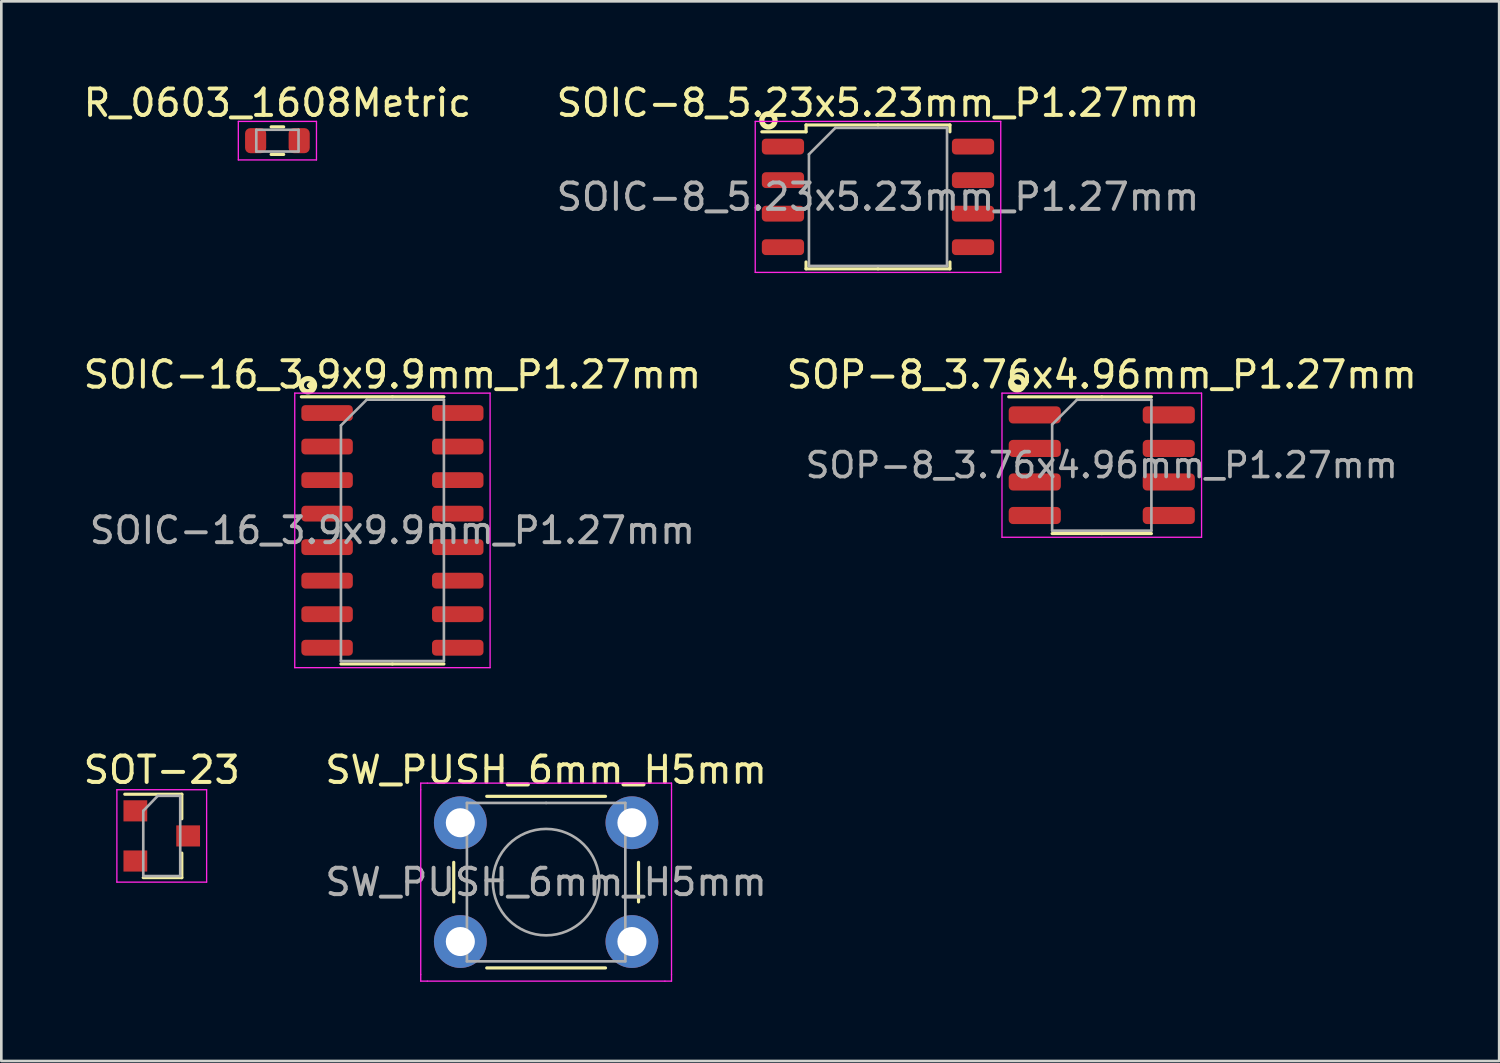
<source format=kicad_pcb>
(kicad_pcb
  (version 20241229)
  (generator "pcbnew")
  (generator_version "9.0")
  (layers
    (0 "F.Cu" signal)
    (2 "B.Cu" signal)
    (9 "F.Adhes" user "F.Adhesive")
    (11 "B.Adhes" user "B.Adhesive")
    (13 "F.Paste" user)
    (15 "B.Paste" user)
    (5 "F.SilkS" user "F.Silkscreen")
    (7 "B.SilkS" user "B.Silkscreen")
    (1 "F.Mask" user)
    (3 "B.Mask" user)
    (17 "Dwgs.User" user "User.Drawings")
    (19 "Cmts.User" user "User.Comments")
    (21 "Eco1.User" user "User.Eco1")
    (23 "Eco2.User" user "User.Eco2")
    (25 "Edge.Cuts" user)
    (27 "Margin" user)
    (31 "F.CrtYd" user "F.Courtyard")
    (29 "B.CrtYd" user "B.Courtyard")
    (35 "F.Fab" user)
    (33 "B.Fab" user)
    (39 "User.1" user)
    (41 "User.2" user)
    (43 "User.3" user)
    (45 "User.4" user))
  (footprint "SOP-8_3.76x4.96mm_P1.27mm"
    (layer "F.Cu")
    (at 38.685 14.572)
    (property "Reference" "SOP-8_3.76x4.96mm_P1.27mm" (at 0 -3.43 0) (layer "F.SilkS") (effects (font (size 1 1) (thickness 0.15))))
    (attr smd)
    (fp_line (start 0 -2.59) (end -3.525 -2.59) (stroke (width 0.12) (type solid)) (layer "F.SilkS"))
    (fp_line (start 0 -2.59) (end 1.88 -2.59) (stroke (width 0.12) (type solid)) (layer "F.SilkS"))
    (fp_line (start 0 2.59) (end -1.88 2.59) (stroke (width 0.12) (type solid)) (layer "F.SilkS"))
    (fp_line (start 0 2.59) (end 1.88 2.59) (stroke (width 0.12) (type solid)) (layer "F.SilkS"))
    (fp_circle (center -3.2 -3.1) (end -2.95 -3.1) (stroke (width 0.2) (type solid)) (fill no) (layer "F.SilkS"))
    (fp_line (start -3.78 -2.73) (end -3.78 2.73) (stroke (width 0.05) (type solid)) (layer "F.CrtYd"))
    (fp_line (start -3.78 2.73) (end 3.78 2.73) (stroke (width 0.05) (type solid)) (layer "F.CrtYd"))
    (fp_line (start 3.78 -2.73) (end -3.78 -2.73) (stroke (width 0.05) (type solid)) (layer "F.CrtYd"))
    (fp_line (start 3.78 2.73) (end 3.78 -2.73) (stroke (width 0.05) (type solid)) (layer "F.CrtYd"))
    (fp_line (start -1.88 -1.54) (end -0.94 -2.48) (stroke (width 0.1) (type solid)) (layer "F.Fab"))
    (fp_line (start -1.88 2.48) (end -1.88 -1.54) (stroke (width 0.1) (type solid)) (layer "F.Fab"))
    (fp_line (start -0.94 -2.48) (end 1.88 -2.48) (stroke (width 0.1) (type solid)) (layer "F.Fab"))
    (fp_line (start 1.88 -2.48) (end 1.88 2.48) (stroke (width 0.1) (type solid)) (layer "F.Fab"))
    (fp_line (start 1.88 2.48) (end -1.88 2.48) (stroke (width 0.1) (type solid)) (layer "F.Fab"))
    (fp_text user "${REFERENCE}" (at 0 0 0) (layer "F.Fab") (effects (font (size 0.94 0.94) (thickness 0.14))))
    (pad "1" smd roundrect (at -2.538 -1.905) (size 1.975 0.65) (layers "F.Cu" "F.Mask" "F.Paste") (roundrect_rratio 0.25))
    (pad "2" smd roundrect (at -2.538 -0.635) (size 1.975 0.65) (layers "F.Cu" "F.Mask" "F.Paste") (roundrect_rratio 0.25))
    (pad "3" smd roundrect (at -2.538 0.635) (size 1.975 0.65) (layers "F.Cu" "F.Mask" "F.Paste") (roundrect_rratio 0.25))
    (pad "4" smd roundrect (at -2.538 1.905) (size 1.975 0.65) (layers "F.Cu" "F.Mask" "F.Paste") (roundrect_rratio 0.25))
    (pad "5" smd roundrect (at 2.538 1.905) (size 1.975 0.65) (layers "F.Cu" "F.Mask" "F.Paste") (roundrect_rratio 0.25))
    (pad "6" smd roundrect (at 2.538 0.635) (size 1.975 0.65) (layers "F.Cu" "F.Mask" "F.Paste") (roundrect_rratio 0.25))
    (pad "7" smd roundrect (at 2.538 -0.635) (size 1.975 0.65) (layers "F.Cu" "F.Mask" "F.Paste") (roundrect_rratio 0.25))
    (pad "8" smd roundrect (at 2.538 -1.905) (size 1.975 0.65) (layers "F.Cu" "F.Mask" "F.Paste") (roundrect_rratio 0.25)))
  (footprint "SOIC-8_5.23x5.23mm_P1.27mm"
    (layer "F.Cu")
    (at 30.208 4.408)
    (property "Reference" "SOIC-8_5.23x5.23mm_P1.27mm" (at 0 -3.56 0) (layer "F.SilkS") (effects (font (size 1 1) (thickness 0.15))))
    (attr smd)
    (fp_line (start -2.725 -2.725) (end -2.725 -2.465) (stroke (width 0.12) (type solid)) (layer "F.SilkS"))
    (fp_line (start -2.725 -2.465) (end -4.4 -2.465) (stroke (width 0.12) (type solid)) (layer "F.SilkS"))
    (fp_line (start -2.725 2.725) (end -2.725 2.465) (stroke (width 0.12) (type solid)) (layer "F.SilkS"))
    (fp_line (start 0 -2.725) (end -2.725 -2.725) (stroke (width 0.12) (type solid)) (layer "F.SilkS"))
    (fp_line (start 0 -2.725) (end 2.725 -2.725) (stroke (width 0.12) (type solid)) (layer "F.SilkS"))
    (fp_line (start 0 2.725) (end -2.725 2.725) (stroke (width 0.12) (type solid)) (layer "F.SilkS"))
    (fp_line (start 0 2.725) (end 2.725 2.725) (stroke (width 0.12) (type solid)) (layer "F.SilkS"))
    (fp_line (start 2.725 -2.725) (end 2.725 -2.465) (stroke (width 0.12) (type solid)) (layer "F.SilkS"))
    (fp_line (start 2.725 2.725) (end 2.725 2.465) (stroke (width 0.12) (type solid)) (layer "F.SilkS"))
    (fp_circle (center -4.15 -2.9) (end -3.9 -2.9) (stroke (width 0.2) (type solid)) (fill no) (layer "F.SilkS"))
    (fp_line (start -4.65 -2.86) (end -4.65 2.86) (stroke (width 0.05) (type solid)) (layer "F.CrtYd"))
    (fp_line (start -4.65 2.86) (end 4.65 2.86) (stroke (width 0.05) (type solid)) (layer "F.CrtYd"))
    (fp_line (start 4.65 -2.86) (end -4.65 -2.86) (stroke (width 0.05) (type solid)) (layer "F.CrtYd"))
    (fp_line (start 4.65 2.86) (end 4.65 -2.86) (stroke (width 0.05) (type solid)) (layer "F.CrtYd"))
    (fp_line (start -2.615 -1.615) (end -1.615 -2.615) (stroke (width 0.1) (type solid)) (layer "F.Fab"))
    (fp_line (start -2.615 2.615) (end -2.615 -1.615) (stroke (width 0.1) (type solid)) (layer "F.Fab"))
    (fp_line (start -1.615 -2.615) (end 2.615 -2.615) (stroke (width 0.1) (type solid)) (layer "F.Fab"))
    (fp_line (start 2.615 -2.615) (end 2.615 2.615) (stroke (width 0.1) (type solid)) (layer "F.Fab"))
    (fp_line (start 2.615 2.615) (end -2.615 2.615) (stroke (width 0.1) (type solid)) (layer "F.Fab"))
    (fp_text user "${REFERENCE}" (at 0 0 0) (layer "F.Fab") (effects (font (size 1 1) (thickness 0.15))))
    (pad "1" smd roundrect (at -3.6 -1.905) (size 1.6 0.6) (layers "F.Cu" "F.Mask" "F.Paste") (roundrect_rratio 0.25))
    (pad "2" smd roundrect (at -3.6 -0.635) (size 1.6 0.6) (layers "F.Cu" "F.Mask" "F.Paste") (roundrect_rratio 0.25))
    (pad "3" smd roundrect (at -3.6 0.635) (size 1.6 0.6) (layers "F.Cu" "F.Mask" "F.Paste") (roundrect_rratio 0.25))
    (pad "4" smd roundrect (at -3.6 1.905) (size 1.6 0.6) (layers "F.Cu" "F.Mask" "F.Paste") (roundrect_rratio 0.25))
    (pad "5" smd roundrect (at 3.6 1.905) (size 1.6 0.6) (layers "F.Cu" "F.Mask" "F.Paste") (roundrect_rratio 0.25))
    (pad "6" smd roundrect (at 3.6 0.635) (size 1.6 0.6) (layers "F.Cu" "F.Mask" "F.Paste") (roundrect_rratio 0.25))
    (pad "7" smd roundrect (at 3.6 -0.635) (size 1.6 0.6) (layers "F.Cu" "F.Mask" "F.Paste") (roundrect_rratio 0.25))
    (pad "8" smd roundrect (at 3.6 -1.905) (size 1.6 0.6) (layers "F.Cu" "F.Mask" "F.Paste") (roundrect_rratio 0.25)))
  (footprint "R_0603_1608Metric"
    (layer "F.Cu")
    (at 7.458 2.278)
    (property "Reference" "R_0603_1608Metric" (at 0 -1.43 0) (layer "F.SilkS") (effects (font (size 1 1) (thickness 0.15))))
    (attr smd)
    (fp_line (start -0.237 -0.522) (end 0.237 -0.522) (stroke (width 0.12) (type solid)) (layer "F.SilkS"))
    (fp_line (start -0.237 0.522) (end 0.237 0.522) (stroke (width 0.12) (type solid)) (layer "F.SilkS"))
    (fp_line (start -1.48 -0.73) (end 1.48 -0.73) (stroke (width 0.05) (type solid)) (layer "F.CrtYd"))
    (fp_line (start -1.48 0.73) (end -1.48 -0.73) (stroke (width 0.05) (type solid)) (layer "F.CrtYd"))
    (fp_line (start 1.48 -0.73) (end 1.48 0.73) (stroke (width 0.05) (type solid)) (layer "F.CrtYd"))
    (fp_line (start 1.48 0.73) (end -1.48 0.73) (stroke (width 0.05) (type solid)) (layer "F.CrtYd"))
    (fp_line (start -0.8 -0.412) (end 0.8 -0.412) (stroke (width 0.1) (type solid)) (layer "F.Fab"))
    (fp_line (start -0.8 0.412) (end -0.8 -0.412) (stroke (width 0.1) (type solid)) (layer "F.Fab"))
    (fp_line (start 0.8 -0.412) (end 0.8 0.412) (stroke (width 0.1) (type solid)) (layer "F.Fab"))
    (fp_line (start 0.8 0.412) (end -0.8 0.412) (stroke (width 0.1) (type solid)) (layer "F.Fab"))
    (pad "1" smd roundrect (at -0.825 0) (size 0.8 0.95) (layers "F.Cu" "F.Mask" "F.Paste") (roundrect_rratio 0.25))
    (pad "2" smd roundrect (at 0.825 0) (size 0.8 0.95) (layers "F.Cu" "F.Mask" "F.Paste") (roundrect_rratio 0.25)))
  (footprint "SOIC-16_3.9x9.9mm_P1.27mm"
    (layer "F.Cu")
    (at 11.815 17.041)
    (property "Reference" "SOIC-16_3.9x9.9mm_P1.27mm" (at 0 -5.9 0) (layer "F.SilkS") (effects (font (size 1 1) (thickness 0.15))))
    (attr smd)
    (fp_line (start 0 -5.06) (end -3.45 -5.06) (stroke (width 0.12) (type solid)) (layer "F.SilkS"))
    (fp_line (start 0 -5.06) (end 1.95 -5.06) (stroke (width 0.12) (type solid)) (layer "F.SilkS"))
    (fp_line (start 0 5.06) (end -1.95 5.06) (stroke (width 0.12) (type solid)) (layer "F.SilkS"))
    (fp_line (start 0 5.06) (end 1.95 5.06) (stroke (width 0.12) (type solid)) (layer "F.SilkS"))
    (fp_circle (center -3.2 -5.5) (end -2.95 -5.5) (stroke (width 0.2) (type solid)) (fill no) (layer "F.SilkS"))
    (fp_line (start -3.7 -5.2) (end -3.7 5.2) (stroke (width 0.05) (type solid)) (layer "F.CrtYd"))
    (fp_line (start -3.7 5.2) (end 3.7 5.2) (stroke (width 0.05) (type solid)) (layer "F.CrtYd"))
    (fp_line (start 3.7 -5.2) (end -3.7 -5.2) (stroke (width 0.05) (type solid)) (layer "F.CrtYd"))
    (fp_line (start 3.7 5.2) (end 3.7 -5.2) (stroke (width 0.05) (type solid)) (layer "F.CrtYd"))
    (fp_line (start -1.95 -3.975) (end -0.975 -4.95) (stroke (width 0.1) (type solid)) (layer "F.Fab"))
    (fp_line (start -1.95 4.95) (end -1.95 -3.975) (stroke (width 0.1) (type solid)) (layer "F.Fab"))
    (fp_line (start -0.975 -4.95) (end 1.95 -4.95) (stroke (width 0.1) (type solid)) (layer "F.Fab"))
    (fp_line (start 1.95 -4.95) (end 1.95 4.95) (stroke (width 0.1) (type solid)) (layer "F.Fab"))
    (fp_line (start 1.95 4.95) (end -1.95 4.95) (stroke (width 0.1) (type solid)) (layer "F.Fab"))
    (fp_text user "${REFERENCE}" (at 0 0 0) (layer "F.Fab") (effects (font (size 0.98 0.98) (thickness 0.15))))
    (pad "1" smd roundrect (at -2.475 -4.445) (size 1.95 0.6) (layers "F.Cu" "F.Mask" "F.Paste") (roundrect_rratio 0.25))
    (pad "2" smd roundrect (at -2.475 -3.175) (size 1.95 0.6) (layers "F.Cu" "F.Mask" "F.Paste") (roundrect_rratio 0.25))
    (pad "3" smd roundrect (at -2.475 -1.905) (size 1.95 0.6) (layers "F.Cu" "F.Mask" "F.Paste") (roundrect_rratio 0.25))
    (pad "4" smd roundrect (at -2.475 -0.635) (size 1.95 0.6) (layers "F.Cu" "F.Mask" "F.Paste") (roundrect_rratio 0.25))
    (pad "5" smd roundrect (at -2.475 0.635) (size 1.95 0.6) (layers "F.Cu" "F.Mask" "F.Paste") (roundrect_rratio 0.25))
    (pad "6" smd roundrect (at -2.475 1.905) (size 1.95 0.6) (layers "F.Cu" "F.Mask" "F.Paste") (roundrect_rratio 0.25))
    (pad "7" smd roundrect (at -2.475 3.175) (size 1.95 0.6) (layers "F.Cu" "F.Mask" "F.Paste") (roundrect_rratio 0.25))
    (pad "8" smd roundrect (at -2.475 4.445) (size 1.95 0.6) (layers "F.Cu" "F.Mask" "F.Paste") (roundrect_rratio 0.25))
    (pad "9" smd roundrect (at 2.475 4.445) (size 1.95 0.6) (layers "F.Cu" "F.Mask" "F.Paste") (roundrect_rratio 0.25))
    (pad "10" smd roundrect (at 2.475 3.175) (size 1.95 0.6) (layers "F.Cu" "F.Mask" "F.Paste") (roundrect_rratio 0.25))
    (pad "11" smd roundrect (at 2.475 1.905) (size 1.95 0.6) (layers "F.Cu" "F.Mask" "F.Paste") (roundrect_rratio 0.25))
    (pad "12" smd roundrect (at 2.475 0.635) (size 1.95 0.6) (layers "F.Cu" "F.Mask" "F.Paste") (roundrect_rratio 0.25))
    (pad "13" smd roundrect (at 2.475 -0.635) (size 1.95 0.6) (layers "F.Cu" "F.Mask" "F.Paste") (roundrect_rratio 0.25))
    (pad "14" smd roundrect (at 2.475 -1.905) (size 1.95 0.6) (layers "F.Cu" "F.Mask" "F.Paste") (roundrect_rratio 0.25))
    (pad "15" smd roundrect (at 2.475 -3.175) (size 1.95 0.6) (layers "F.Cu" "F.Mask" "F.Paste") (roundrect_rratio 0.25))
    (pad "16" smd roundrect (at 2.475 -4.445) (size 1.95 0.6) (layers "F.Cu" "F.Mask" "F.Paste") (roundrect_rratio 0.25)))
  (footprint "SOT-23"
    (layer "F.Cu")
    (at 3.077 28.615)
    (property "Reference" "SOT-23" (at 0 -2.5 0) (layer "F.SilkS") (effects (font (size 1 1) (thickness 0.15))))
    (attr smd)
    (fp_line (start 0.76 -1.58) (end -1.4 -1.58) (stroke (width 0.12) (type solid)) (layer "F.SilkS"))
    (fp_line (start 0.76 -1.58) (end 0.76 -0.65) (stroke (width 0.12) (type solid)) (layer "F.SilkS"))
    (fp_line (start 0.76 1.58) (end -0.7 1.58) (stroke (width 0.12) (type solid)) (layer "F.SilkS"))
    (fp_line (start 0.76 1.58) (end 0.76 0.65) (stroke (width 0.12) (type solid)) (layer "F.SilkS"))
    (fp_line (start -1.7 -1.75) (end 1.7 -1.75) (stroke (width 0.05) (type solid)) (layer "F.CrtYd"))
    (fp_line (start -1.7 1.75) (end -1.7 -1.75) (stroke (width 0.05) (type solid)) (layer "F.CrtYd"))
    (fp_line (start 1.7 -1.75) (end 1.7 1.75) (stroke (width 0.05) (type solid)) (layer "F.CrtYd"))
    (fp_line (start 1.7 1.75) (end -1.7 1.75) (stroke (width 0.05) (type solid)) (layer "F.CrtYd"))
    (fp_line (start -0.7 -0.95) (end -0.7 1.5) (stroke (width 0.1) (type solid)) (layer "F.Fab"))
    (fp_line (start -0.7 -0.95) (end -0.15 -1.52) (stroke (width 0.1) (type solid)) (layer "F.Fab"))
    (fp_line (start -0.7 1.52) (end 0.7 1.52) (stroke (width 0.1) (type solid)) (layer "F.Fab"))
    (fp_line (start -0.15 -1.52) (end 0.7 -1.52) (stroke (width 0.1) (type solid)) (layer "F.Fab"))
    (fp_line (start 0.7 -1.52) (end 0.7 1.52) (stroke (width 0.1) (type solid)) (layer "F.Fab"))
    (pad "1" smd rect (at -1 -0.95) (size 0.9 0.8) (layers "F.Cu" "F.Mask" "F.Paste"))
    (pad "2" smd rect (at -1 0.95) (size 0.9 0.8) (layers "F.Cu" "F.Mask" "F.Paste"))
    (pad "3" smd rect (at 1 0) (size 0.9 0.8) (layers "F.Cu" "F.Mask" "F.Paste")))
  (footprint "SW_PUSH_6mm_H5mm"
    (layer "F.Cu")
    (at 14.387 28.115)
    (property "Reference" "SW_PUSH_6mm_H5mm" (at 3.25 -2 0) (layer "F.SilkS") (effects (font (size 1 1) (thickness 0.15))))
    (attr through_hole)
    (fp_line (start -0.25 1.5) (end -0.25 3) (stroke (width 0.12) (type solid)) (layer "F.SilkS"))
    (fp_line (start 1 5.5) (end 5.5 5.5) (stroke (width 0.12) (type solid)) (layer "F.SilkS"))
    (fp_line (start 5.5 -1) (end 1 -1) (stroke (width 0.12) (type solid)) (layer "F.SilkS"))
    (fp_line (start 6.75 3) (end 6.75 1.5) (stroke (width 0.12) (type solid)) (layer "F.SilkS"))
    (fp_line (start -1.5 -1.5) (end -1.25 -1.5) (stroke (width 0.05) (type solid)) (layer "F.CrtYd"))
    (fp_line (start -1.5 -1.25) (end -1.5 -1.5) (stroke (width 0.05) (type solid)) (layer "F.CrtYd"))
    (fp_line (start -1.5 5.75) (end -1.5 -1.25) (stroke (width 0.05) (type solid)) (layer "F.CrtYd"))
    (fp_line (start -1.5 5.75) (end -1.5 6) (stroke (width 0.05) (type solid)) (layer "F.CrtYd"))
    (fp_line (start -1.5 6) (end -1.25 6) (stroke (width 0.05) (type solid)) (layer "F.CrtYd"))
    (fp_line (start -1.25 -1.5) (end 7.75 -1.5) (stroke (width 0.05) (type solid)) (layer "F.CrtYd"))
    (fp_line (start 7.75 -1.5) (end 8 -1.5) (stroke (width 0.05) (type solid)) (layer "F.CrtYd"))
    (fp_line (start 7.75 6) (end -1.25 6) (stroke (width 0.05) (type solid)) (layer "F.CrtYd"))
    (fp_line (start 7.75 6) (end 8 6) (stroke (width 0.05) (type solid)) (layer "F.CrtYd"))
    (fp_line (start 8 -1.5) (end 8 -1.25) (stroke (width 0.05) (type solid)) (layer "F.CrtYd"))
    (fp_line (start 8 -1.25) (end 8 5.75) (stroke (width 0.05) (type solid)) (layer "F.CrtYd"))
    (fp_line (start 8 6) (end 8 5.75) (stroke (width 0.05) (type solid)) (layer "F.CrtYd"))
    (fp_line (start 0.25 -0.75) (end 3.25 -0.75) (stroke (width 0.1) (type solid)) (layer "F.Fab"))
    (fp_line (start 0.25 5.25) (end 0.25 -0.75) (stroke (width 0.1) (type solid)) (layer "F.Fab"))
    (fp_line (start 3.25 -0.75) (end 6.25 -0.75) (stroke (width 0.1) (type solid)) (layer "F.Fab"))
    (fp_line (start 6.25 -0.75) (end 6.25 5.25) (stroke (width 0.1) (type solid)) (layer "F.Fab"))
    (fp_line (start 6.25 5.25) (end 0.25 5.25) (stroke (width 0.1) (type solid)) (layer "F.Fab"))
    (fp_circle (center 3.25 2.25) (end 1.25 2.5) (stroke (width 0.1) (type solid)) (fill no) (layer "F.Fab"))
    (fp_text user "${REFERENCE}" (at 3.25 2.25 0) (layer "F.Fab") (effects (font (size 1 1) (thickness 0.15))))
    (pad "1" thru_hole circle (at 0 0 90) (size 2 2) (drill 1.1) (layers "*.Cu" "*.Mask"))
    (pad "1" thru_hole circle (at 6.5 0 90) (size 2 2) (drill 1.1) (layers "*.Cu" "*.Mask"))
    (pad "2" thru_hole circle (at 0 4.5 90) (size 2 2) (drill 1.1) (layers "*.Cu" "*.Mask"))
    (pad "2" thru_hole circle (at 6.5 4.5 90) (size 2 2) (drill 1.1) (layers "*.Cu" "*.Mask")))
  (gr_rect
    (start -3 -3)
    (end 53.738 37.14)
    (stroke (width 0.1) (type default))
    (fill no)
    (layer "Edge.Cuts")))
</source>
